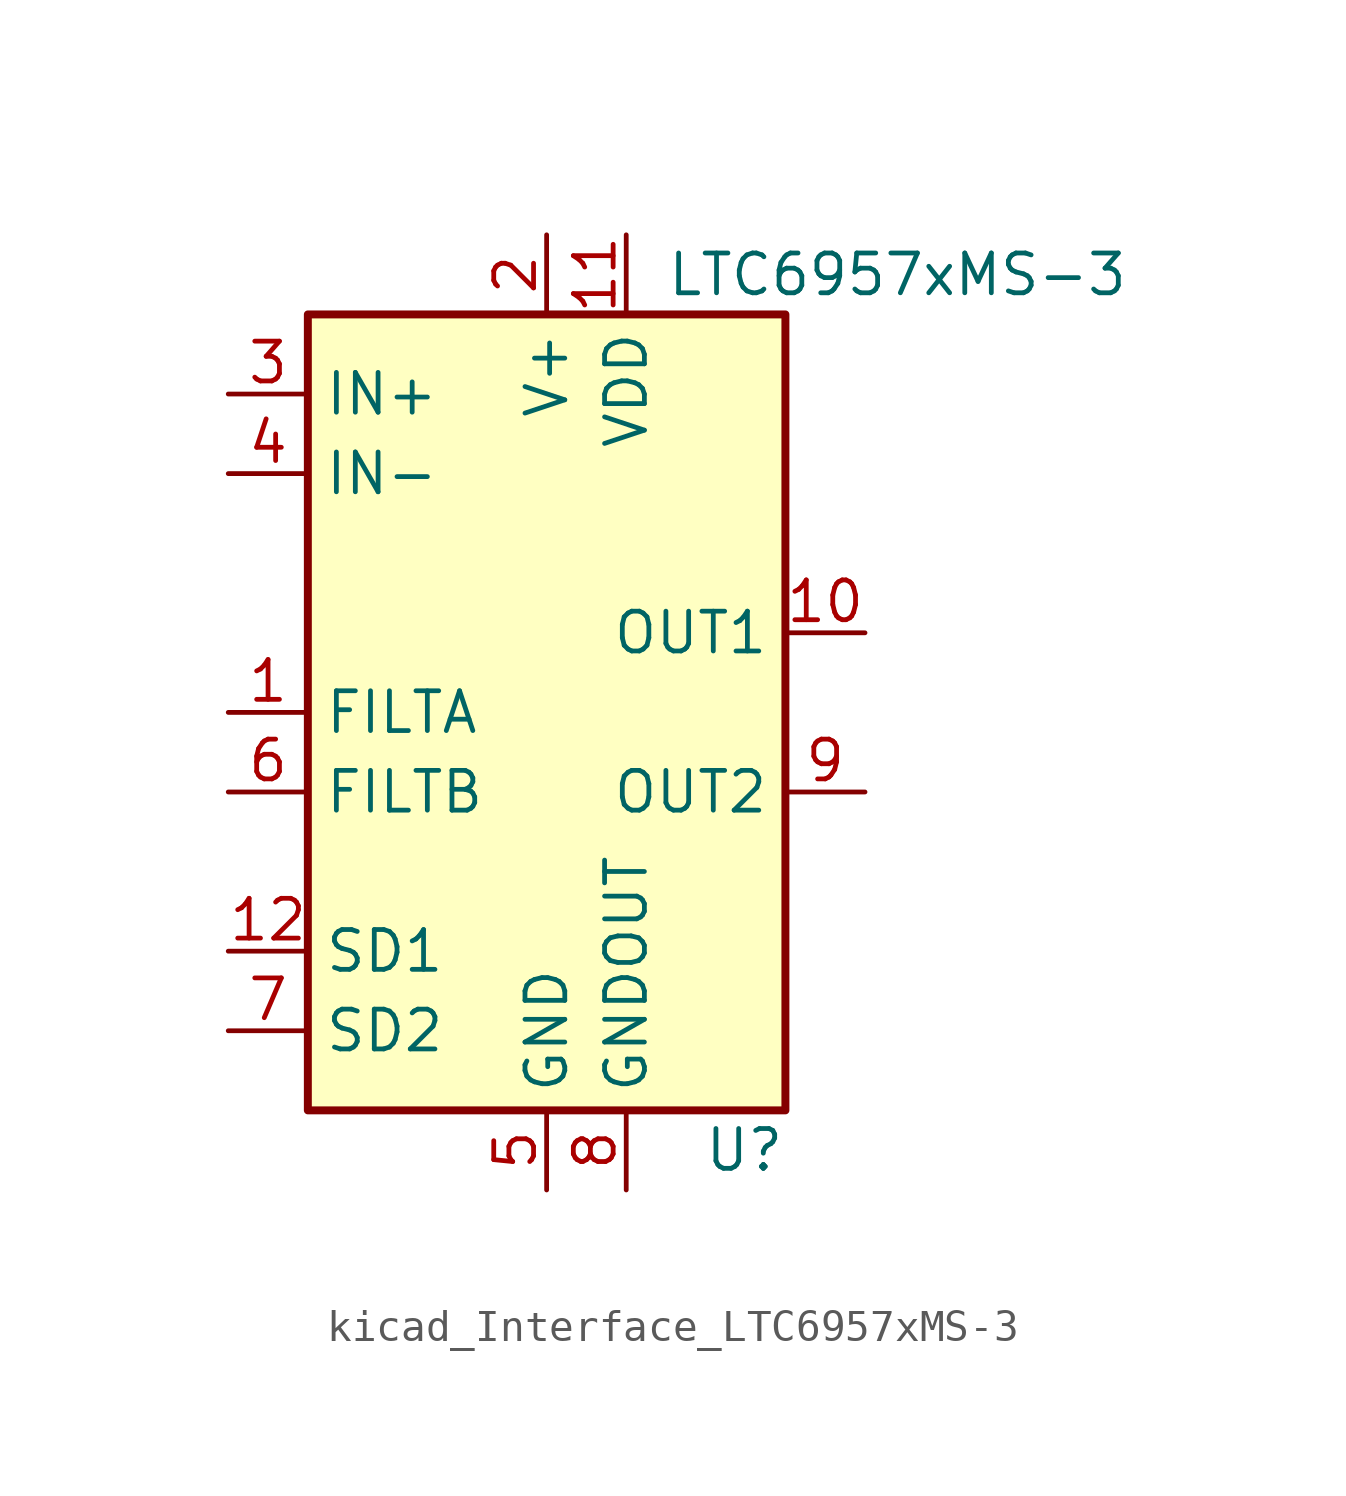
<source format=kicad_sym>
(kicad_symbol_lib
  (version 20220914)
  (generator kicad_symbol_editor)
  (symbol "kicad_Interface_LTC6957xMS-3"
    (property "Reference" "U"
      (at 7.62 -13.97 0)
      (effects (font (size 1.27 1.27)) (justify right)))
    (property "Value" "LTC6957xMS-3"
      (at 3.81 13.97 0)
      (effects (font (size 1.27 1.27)) (justify left)))
    (symbol "kicad_Interface_LTC6957xMS-3_0_1"
      (rectangle (start -7.62 12.7) (end 7.62 -12.7) (stroke (width 0.254) (type default)) (fill (type background))))
    (symbol "kicad_Interface_LTC6957xMS-3_1_1"
      (pin input line (at -10.16 0 0) (length 2.54) (name "FILTA" (effects (font (size 1.27 1.27)))) (number "1" (effects (font (size 1.27 1.27)))))
      (pin output line (at 10.16 2.54 180) (length 2.54) (name "OUT1" (effects (font (size 1.27 1.27)))) (number "10" (effects (font (size 1.27 1.27)))))
      (pin power_in line (at 2.54 15.24 270) (length 2.54) (name "VDD" (effects (font (size 1.27 1.27)))) (number "11" (effects (font (size 1.27 1.27)))))
      (pin input line (at -10.16 -7.62 0) (length 2.54) (name "SD1" (effects (font (size 1.27 1.27)))) (number "12" (effects (font (size 1.27 1.27)))))
      (pin power_in line (at 0 15.24 270) (length 2.54) (name "V+" (effects (font (size 1.27 1.27)))) (number "2" (effects (font (size 1.27 1.27)))))
      (pin input line (at -10.16 10.16 0) (length 2.54) (name "IN+" (effects (font (size 1.27 1.27)))) (number "3" (effects (font (size 1.27 1.27)))))
      (pin input line (at -10.16 7.62 0) (length 2.54) (name "IN-" (effects (font (size 1.27 1.27)))) (number "4" (effects (font (size 1.27 1.27)))))
      (pin power_in line (at 0 -15.24 90) (length 2.54) (name "GND" (effects (font (size 1.27 1.27)))) (number "5" (effects (font (size 1.27 1.27)))))
      (pin input line (at -10.16 -2.54 0) (length 2.54) (name "FILTB" (effects (font (size 1.27 1.27)))) (number "6" (effects (font (size 1.27 1.27)))))
      (pin input line (at -10.16 -10.16 0) (length 2.54) (name "SD2" (effects (font (size 1.27 1.27)))) (number "7" (effects (font (size 1.27 1.27)))))
      (pin output line (at 2.54 -15.24 90) (length 2.54) (name "GNDOUT" (effects (font (size 1.27 1.27)))) (number "8" (effects (font (size 1.27 1.27)))))
      (pin output line (at 10.16 -2.54 180) (length 2.54) (name "OUT2" (effects (font (size 1.27 1.27)))) (number "9" (effects (font (size 1.27 1.27))))))))
</source>
